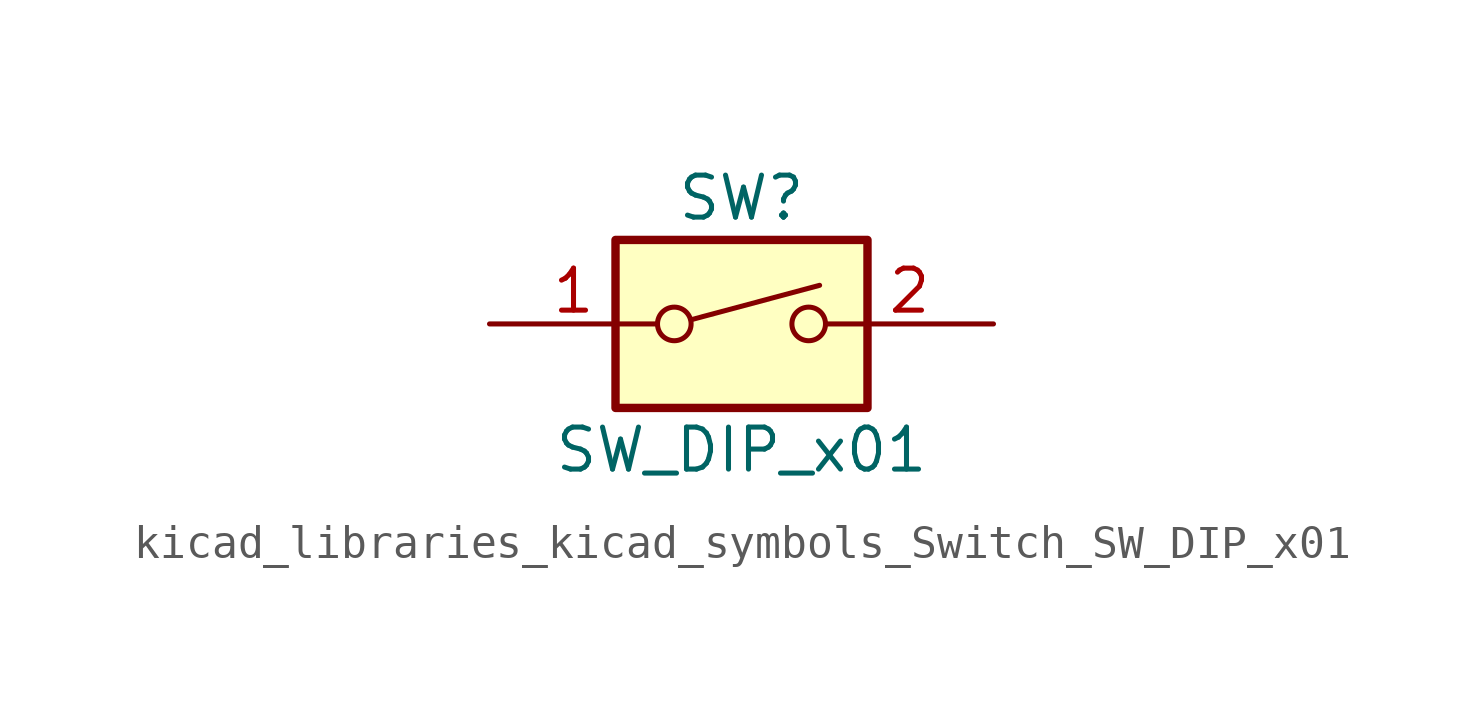
<source format=kicad_sym>
(kicad_symbol_lib
  (version 20220914)
  (generator kicad_symbol_editor)
  (symbol "kicad_libraries_kicad_symbols_Switch_SW_DIP_x01"
    (pin_names
      (offset 0) hide)
    (property "Reference" "SW"
      (at 0 3.81 0)
      (effects (font (size 1.27 1.27))))
    (property "Value" "SW_DIP_x01"
      (at 0 -3.81 0)
      (effects (font (size 1.27 1.27))))
    (symbol "kicad_libraries_kicad_symbols_Switch_SW_DIP_x01_0_0"
      (circle (center -2.032 0) (radius 0.508) (stroke (width 0) (type default)) (fill (type none)))
      (polyline (pts (xy -1.524 0.127) (xy 2.362 1.168)) (stroke (width 0) (type default)) (fill (type none)))
      (circle (center 2.032 0) (radius 0.508) (stroke (width 0) (type default)) (fill (type none))))
    (symbol "kicad_libraries_kicad_symbols_Switch_SW_DIP_x01_0_1"
      (rectangle (start -3.81 2.54) (end 3.81 -2.54) (stroke (width 0.254) (type default)) (fill (type background))))
    (symbol "kicad_libraries_kicad_symbols_Switch_SW_DIP_x01_1_1"
      (pin passive line (at -7.62 0 0) (length 5.08) (name "~" (effects (font (size 1.27 1.27)))) (number "1" (effects (font (size 1.27 1.27)))))
      (pin passive line (at 7.62 0 180) (length 5.08) (name "~" (effects (font (size 1.27 1.27)))) (number "2" (effects (font (size 1.27 1.27))))))))
</source>
